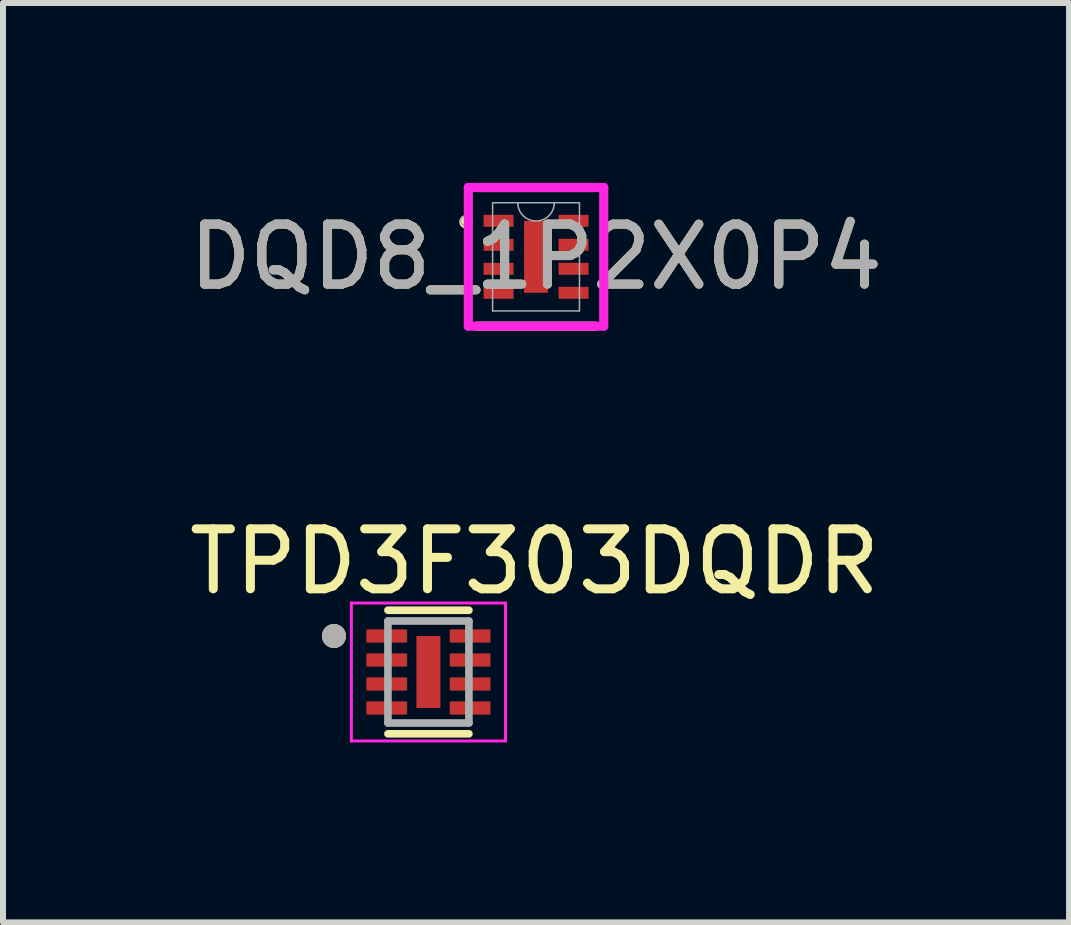
<source format=kicad_pcb>
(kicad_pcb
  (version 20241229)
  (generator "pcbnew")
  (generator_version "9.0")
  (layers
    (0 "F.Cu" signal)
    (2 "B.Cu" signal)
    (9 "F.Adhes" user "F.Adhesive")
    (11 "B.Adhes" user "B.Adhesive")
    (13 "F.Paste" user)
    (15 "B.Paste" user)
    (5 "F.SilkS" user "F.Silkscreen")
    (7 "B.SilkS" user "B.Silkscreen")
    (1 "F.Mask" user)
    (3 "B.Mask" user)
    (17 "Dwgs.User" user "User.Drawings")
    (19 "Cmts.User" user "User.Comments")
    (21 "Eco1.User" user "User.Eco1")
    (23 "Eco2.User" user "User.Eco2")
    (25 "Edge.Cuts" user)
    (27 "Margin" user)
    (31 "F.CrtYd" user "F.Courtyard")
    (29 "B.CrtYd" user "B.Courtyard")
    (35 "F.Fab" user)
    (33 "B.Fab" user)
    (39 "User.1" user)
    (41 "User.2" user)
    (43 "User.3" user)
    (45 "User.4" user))
  (footprint "DQD8_1P2X0P4"
    (layer "F.Cu")
    (at 5.887 1.232)
    (property "Reference" "DQD8_1P2X0P4" (at 0 0 0) (unlocked yes) (layer "F.SilkS") (effects (font (size 1 1) (thickness 0.15))))
    (attr smd)
    (fp_poly (pts (xy -0.925 -0.75) (xy -0.925 -0.45) (xy -0.325 -0.45) (xy -0.325 -0.75)) (stroke (width 0) (type solid)) (fill yes) (layer "F.Mask"))
    (fp_poly (pts (xy -0.925 -0.35) (xy -0.925 -0.05) (xy -0.325 -0.05) (xy -0.325 -0.35)) (stroke (width 0) (type solid)) (fill yes) (layer "F.Mask"))
    (fp_poly (pts (xy -0.925 0.05) (xy -0.925 0.35) (xy -0.325 0.35) (xy -0.325 0.05)) (stroke (width 0) (type solid)) (fill yes) (layer "F.Mask"))
    (fp_poly (pts (xy -0.925 0.45) (xy -0.925 0.75) (xy -0.325 0.75) (xy -0.325 0.45)) (stroke (width 0) (type solid)) (fill yes) (layer "F.Mask"))
    (fp_poly (pts (xy 0.325 -0.75) (xy 0.325 -0.45) (xy 0.925 -0.45) (xy 0.925 -0.75)) (stroke (width 0) (type solid)) (fill yes) (layer "F.Mask"))
    (fp_poly (pts (xy 0.325 -0.35) (xy 0.325 -0.05) (xy 0.925 -0.05) (xy 0.925 -0.35)) (stroke (width 0) (type solid)) (fill yes) (layer "F.Mask"))
    (fp_poly (pts (xy 0.325 0.05) (xy 0.325 0.35) (xy 0.925 0.35) (xy 0.925 0.05)) (stroke (width 0) (type solid)) (fill yes) (layer "F.Mask"))
    (fp_poly (pts (xy 0.325 0.45) (xy 0.325 0.75) (xy 0.925 0.75) (xy 0.925 0.45)) (stroke (width 0) (type solid)) (fill yes) (layer "F.Mask"))
    (fp_line (start -0.978 1.156) (end 0.978 1.156) (stroke (width 0.152) (type solid)) (layer "F.SilkS"))
    (fp_line (start 0.978 -1.156) (end -0.978 -1.156) (stroke (width 0.152) (type solid)) (layer "F.SilkS"))
    (fp_arc (start -1.143 -0.6096) (mid -1.182146 -0.551013) (end -1.1684 -0.620121) (stroke (width 0.1524) (type solid)) (layer "F.SilkS"))
    (fp_poly (pts (xy -0.875 -0.7) (xy -0.875 -0.5) (xy -0.375 -0.5) (xy -0.375 -0.7)) (stroke (width 0) (type solid)) (fill yes) (layer "F.Paste"))
    (fp_poly (pts (xy -0.875 -0.3) (xy -0.875 -0.1) (xy -0.375 -0.1) (xy -0.375 -0.3)) (stroke (width 0) (type solid)) (fill yes) (layer "F.Paste"))
    (fp_poly (pts (xy -0.875 0.1) (xy -0.875 0.3) (xy -0.375 0.3) (xy -0.375 0.1)) (stroke (width 0) (type solid)) (fill yes) (layer "F.Paste"))
    (fp_poly (pts (xy -0.875 0.5) (xy -0.875 0.7) (xy -0.375 0.7) (xy -0.375 0.5)) (stroke (width 0) (type solid)) (fill yes) (layer "F.Paste"))
    (fp_poly (pts (xy -0.152 -0.559) (xy -0.152 -0.051) (xy 0.152 -0.051) (xy 0.152 -0.559)) (stroke (width 0) (type solid)) (fill yes) (layer "F.Paste"))
    (fp_poly (pts (xy -0.152 0.051) (xy -0.152 0.559) (xy 0.152 0.559) (xy 0.152 0.051)) (stroke (width 0) (type solid)) (fill yes) (layer "F.Paste"))
    (fp_poly (pts (xy 0.375 -0.7) (xy 0.375 -0.5) (xy 0.875 -0.5) (xy 0.875 -0.7)) (stroke (width 0) (type solid)) (fill yes) (layer "F.Paste"))
    (fp_poly (pts (xy 0.375 -0.3) (xy 0.375 -0.1) (xy 0.875 -0.1) (xy 0.875 -0.3)) (stroke (width 0) (type solid)) (fill yes) (layer "F.Paste"))
    (fp_poly (pts (xy 0.375 0.1) (xy 0.375 0.3) (xy 0.875 0.3) (xy 0.875 0.1)) (stroke (width 0) (type solid)) (fill yes) (layer "F.Paste"))
    (fp_poly (pts (xy 0.375 0.5) (xy 0.375 0.7) (xy 0.875 0.7) (xy 0.875 0.5)) (stroke (width 0) (type solid)) (fill yes) (layer "F.Paste"))
    (fp_line (start -1.129 -1.156) (end 1.129 -1.156) (stroke (width 0.152) (type solid)) (layer "F.CrtYd"))
    (fp_line (start -1.129 1.156) (end -1.129 -1.156) (stroke (width 0.152) (type solid)) (layer "F.CrtYd"))
    (fp_line (start 1.129 -1.156) (end 1.129 1.156) (stroke (width 0.152) (type solid)) (layer "F.CrtYd"))
    (fp_line (start 1.129 1.156) (end -1.129 1.156) (stroke (width 0.152) (type solid)) (layer "F.CrtYd"))
    (fp_line (start -0.724 -0.902) (end -0.724 0.902) (stroke (width 0.025) (type solid)) (layer "F.Fab"))
    (fp_line (start -0.724 0.902) (end 0.724 0.902) (stroke (width 0.025) (type solid)) (layer "F.Fab"))
    (fp_line (start 0.724 -0.902) (end -0.724 -0.902) (stroke (width 0.025) (type solid)) (layer "F.Fab"))
    (fp_line (start 0.724 0.902) (end 0.724 -0.902) (stroke (width 0.025) (type solid)) (layer "F.Fab"))
    (fp_arc (start 0.3048 -0.9017) (mid 0 -0.5969) (end -0.3048 -0.9017) (stroke (width 0.0254) (type solid)) (layer "F.Fab"))
    (fp_circle (center -1.177 -0.6) (end -1.1 -0.6) (stroke (width 0.025) (type solid)) (fill no) (layer "F.Fab"))
    (fp_text user "${REFERENCE}" (at 0 0 0) (unlocked yes) (layer "F.Fab") (effects (font (size 1 1) (thickness 0.15))))
    (pad "1" smd rect (at -0.625 -0.6) (size 0.5 0.2) (layers "F.Cu" "F.Mask"))
    (pad "2" smd rect (at -0.625 -0.2) (size 0.5 0.2) (layers "F.Cu" "F.Mask"))
    (pad "3" smd rect (at -0.625 0.2) (size 0.5 0.2) (layers "F.Cu" "F.Mask"))
    (pad "4" smd rect (at -0.625 0.6) (size 0.5 0.2) (layers "F.Cu" "F.Mask"))
    (pad "5" smd rect (at 0.625 0.6) (size 0.5 0.2) (layers "F.Cu" "F.Mask"))
    (pad "6" smd rect (at 0.625 0.2) (size 0.5 0.2) (layers "F.Cu" "F.Mask"))
    (pad "7" smd rect (at 0.625 -0.2) (size 0.5 0.2) (layers "F.Cu" "F.Mask"))
    (pad "8" smd rect (at 0.625 -0.6) (size 0.5 0.2) (layers "F.Cu" "F.Mask"))
    (pad "9" smd rect (at 0 0) (size 0.4 1.2) (layers "F.Cu" "F.Mask")))
  (footprint "TPD3F303DQDR"
    (layer "F.Cu")
    (at 4.093 8.154)
    (property "Reference" "TPD3F303DQDR" (at 1.77 -1.842 0) (layer "F.SilkS") (effects (font (size 1 1) (thickness 0.15))))
    (attr smd)
    (fp_line (start -0.675 -1.03) (end 0.675 -1.03) (stroke (width 0.127) (type solid)) (layer "F.SilkS"))
    (fp_line (start -0.675 1.03) (end 0.675 1.03) (stroke (width 0.127) (type solid)) (layer "F.SilkS"))
    (fp_circle (center -1.575 -0.6) (end -1.475 -0.6) (stroke (width 0.2) (type solid)) (fill no) (layer "F.SilkS"))
    (fp_poly (pts (xy -0.13 -0.38) (xy 0.13 -0.38) (xy 0.13 0.38) (xy -0.13 0.38)) (stroke (width 0.01) (type solid)) (fill yes) (layer "F.Paste"))
    (fp_line (start -1.285 -1.15) (end -1.285 1.15) (stroke (width 0.05) (type solid)) (layer "F.CrtYd"))
    (fp_line (start -1.285 -1.15) (end 1.285 -1.15) (stroke (width 0.05) (type solid)) (layer "F.CrtYd"))
    (fp_line (start -1.285 1.15) (end 1.285 1.15) (stroke (width 0.05) (type solid)) (layer "F.CrtYd"))
    (fp_line (start 1.285 -1.15) (end 1.285 1.15) (stroke (width 0.05) (type solid)) (layer "F.CrtYd"))
    (fp_line (start -0.675 -0.85) (end -0.675 0.85) (stroke (width 0.127) (type solid)) (layer "F.Fab"))
    (fp_line (start -0.675 -0.85) (end 0.675 -0.85) (stroke (width 0.127) (type solid)) (layer "F.Fab"))
    (fp_line (start -0.675 0.85) (end 0.675 0.85) (stroke (width 0.127) (type solid)) (layer "F.Fab"))
    (fp_line (start 0.675 -0.85) (end 0.675 0.85) (stroke (width 0.127) (type solid)) (layer "F.Fab"))
    (fp_circle (center -1.575 -0.6) (end -1.475 -0.6) (stroke (width 0.2) (type solid)) (fill no) (layer "F.Fab"))
    (pad "1" smd roundrect (at -0.695 -0.6) (size 0.68 0.22) (layers "F.Cu" "F.Mask" "F.Paste") (roundrect_rratio 0.03))
    (pad "2" smd roundrect (at -0.695 -0.2) (size 0.68 0.22) (layers "F.Cu" "F.Mask" "F.Paste") (roundrect_rratio 0.03))
    (pad "3" smd roundrect (at -0.695 0.2) (size 0.68 0.22) (layers "F.Cu" "F.Mask" "F.Paste") (roundrect_rratio 0.03))
    (pad "4" smd roundrect (at -0.695 0.6) (size 0.68 0.22) (layers "F.Cu" "F.Mask" "F.Paste") (roundrect_rratio 0.03))
    (pad "5" smd roundrect (at 0.695 0.6) (size 0.68 0.22) (layers "F.Cu" "F.Mask" "F.Paste") (roundrect_rratio 0.03))
    (pad "6" smd roundrect (at 0.695 0.2) (size 0.68 0.22) (layers "F.Cu" "F.Mask" "F.Paste") (roundrect_rratio 0.03))
    (pad "7" smd roundrect (at 0.695 -0.2) (size 0.68 0.22) (layers "F.Cu" "F.Mask" "F.Paste") (roundrect_rratio 0.03))
    (pad "8" smd roundrect (at 0.695 -0.6) (size 0.68 0.22) (layers "F.Cu" "F.Mask" "F.Paste") (roundrect_rratio 0.03))
    (pad "9" smd rect (at 0 0) (size 0.4 1.2) (layers "F.Cu" "F.Mask")))
  (gr_rect
    (start -3 -3)
    (end 14.774 12.329)
    (stroke (width 0.1) (type default))
    (fill no)
    (layer "Edge.Cuts")))
</source>
